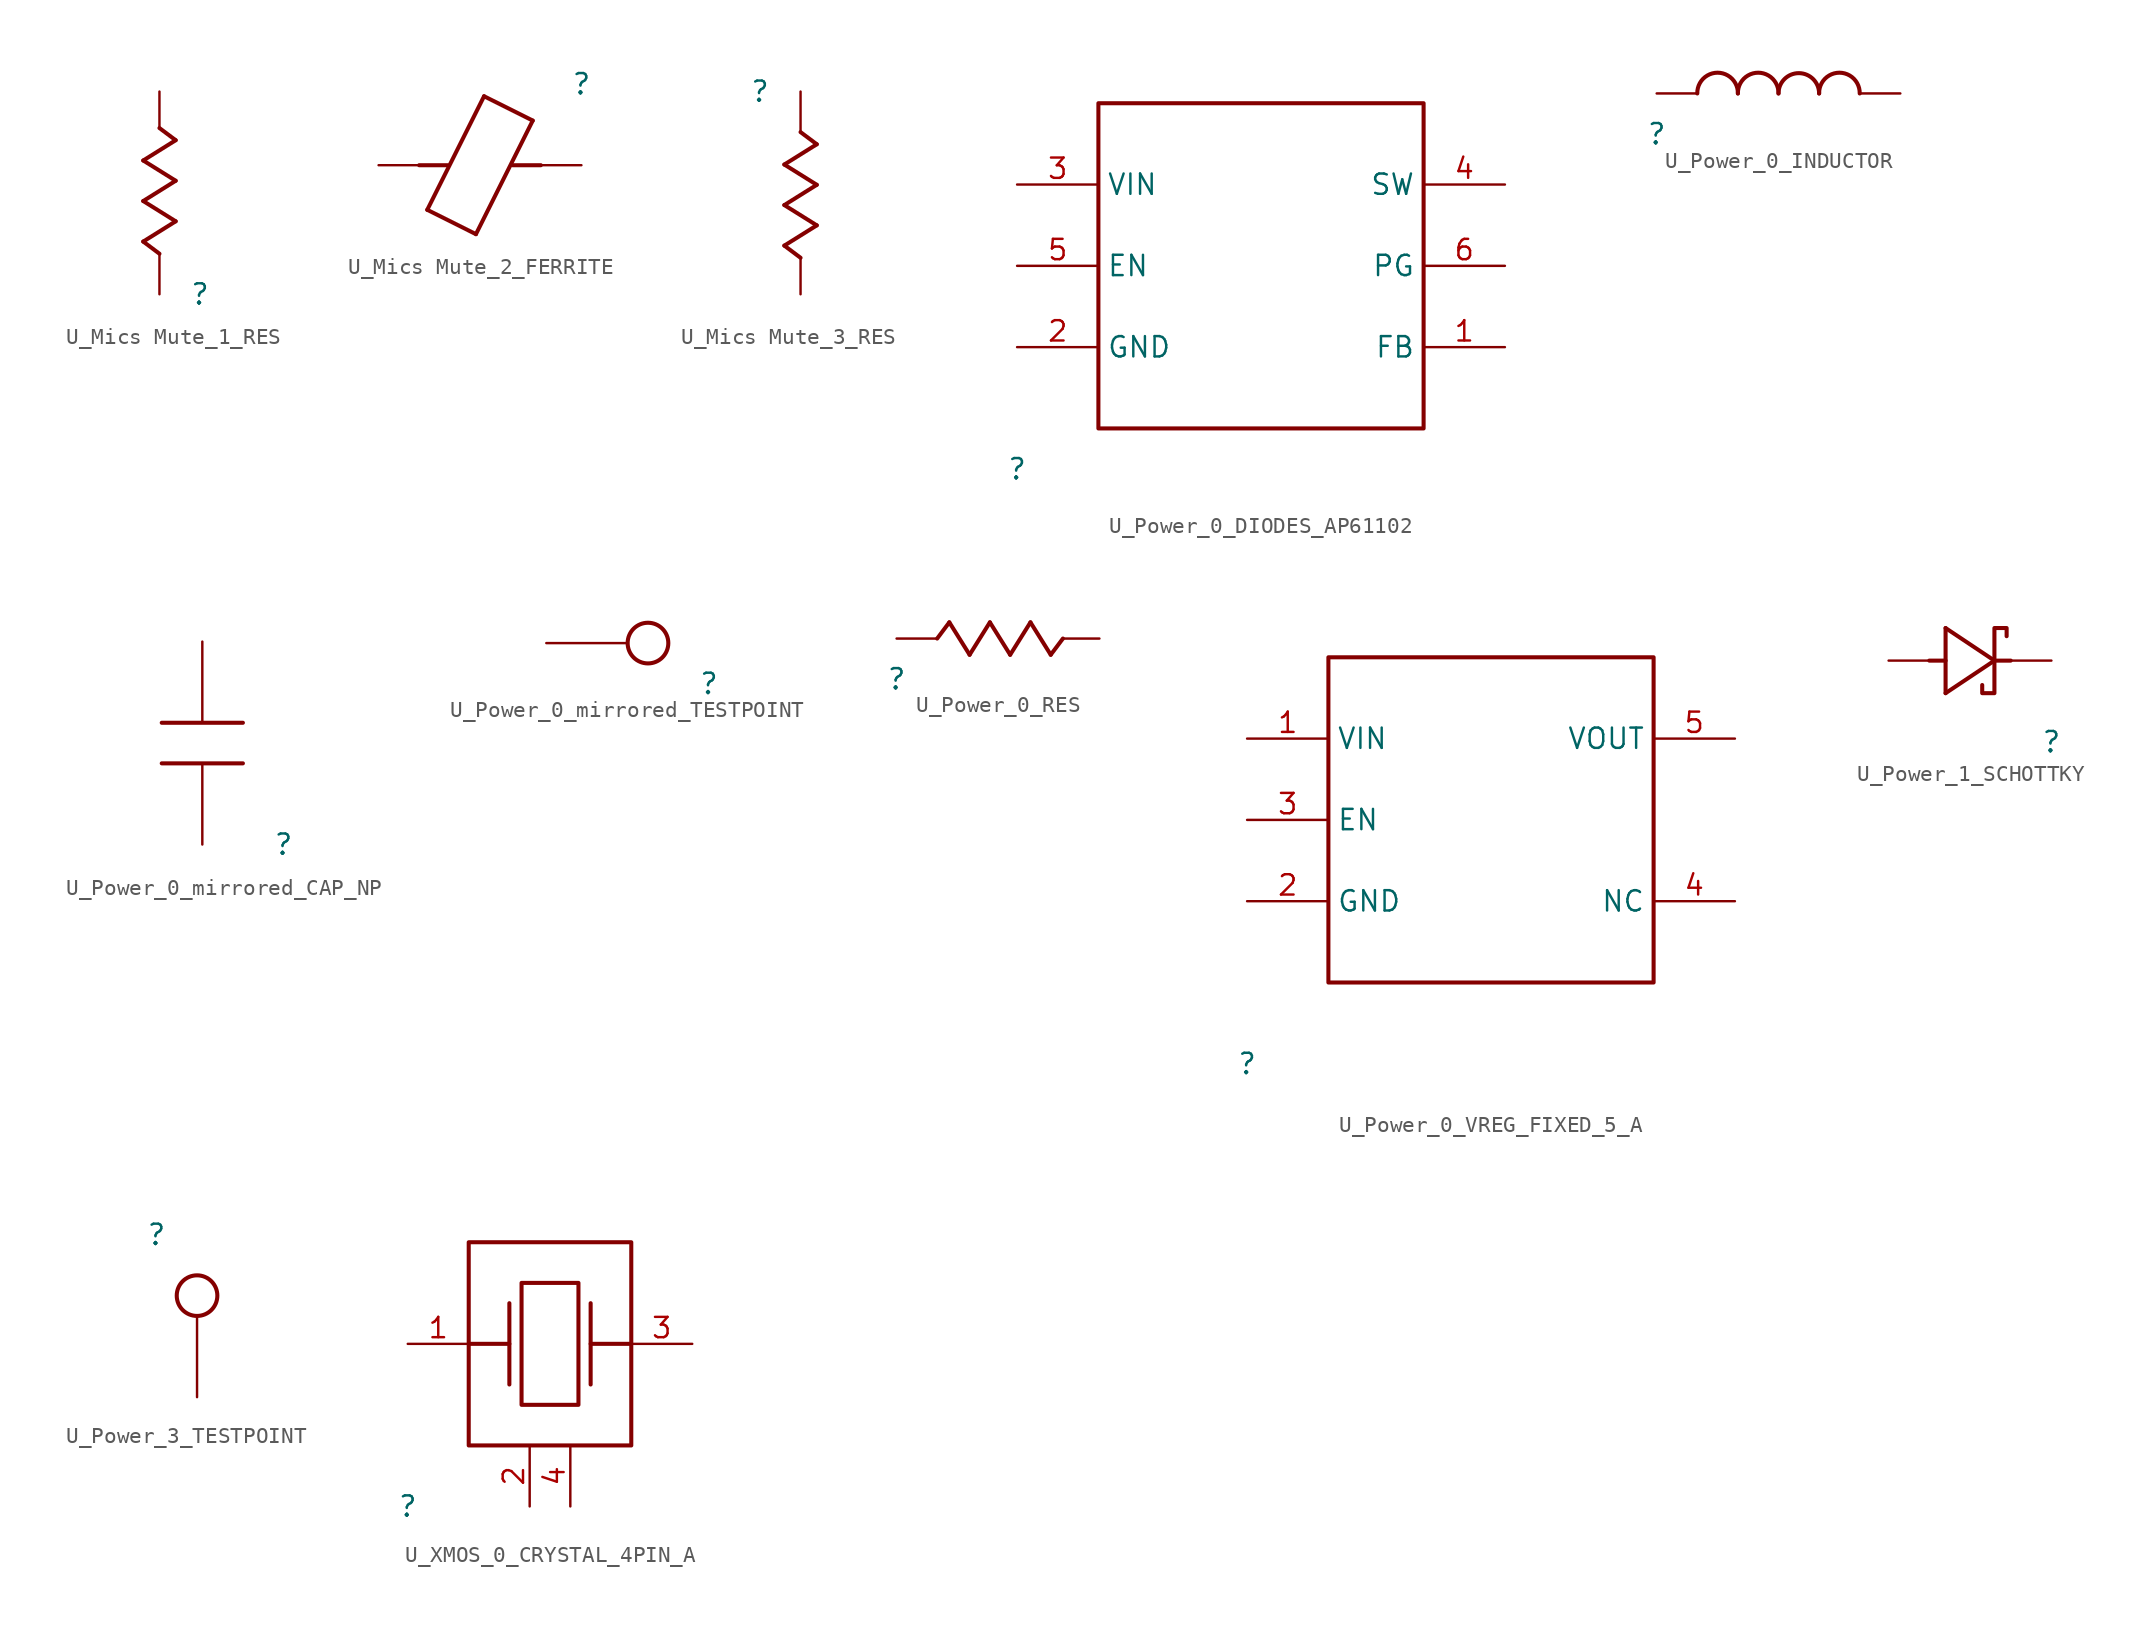
<source format=kicad_sym>
(kicad_symbol_lib
  (version 20231120)
  (generator "kicad_symbol_editor")
  (generator_version "8.0")
  (symbol "U_Mics Mute_1_RES"
    (property "Reference" ""
      (at 0 0 0)
      (effects (font (size 1.27 1.27))))
    (property "Value" ""
      (at 0 0 0)
      (effects (font (size 1.27 1.27))))
    (symbol "U_Mics Mute_1_RES_1_0"
      (polyline (pts (xy -3.556 3.302) (xy -1.524 4.572)) (stroke (width 0.254) (type solid)) (fill (type none)))
      (polyline (pts (xy -3.556 5.842) (xy -1.524 7.112)) (stroke (width 0.254) (type solid)) (fill (type none)))
      (polyline (pts (xy -3.556 8.382) (xy -1.524 9.652)) (stroke (width 0.254) (type solid)) (fill (type none)))
      (polyline (pts (xy -2.54 2.54) (xy -3.556 3.302)) (stroke (width 0.254) (type solid)) (fill (type none)))
      (polyline (pts (xy -1.524 4.572) (xy -3.556 5.842)) (stroke (width 0.254) (type solid)) (fill (type none)))
      (polyline (pts (xy -1.524 7.112) (xy -3.556 8.382)) (stroke (width 0.254) (type solid)) (fill (type none)))
      (polyline (pts (xy -1.524 9.652) (xy -2.54 10.414)) (stroke (width 0.254) (type solid)) (fill (type none)))
      (pin passive line (at -2.54 0 90) (length 2.54) (name "1" (effects (font (size 0 0)))) (number "1" (effects (font (size 0 0)))))
      (pin passive line (at -2.54 12.7 270) (length 2.286) (name "2" (effects (font (size 0 0)))) (number "2" (effects (font (size 0 0)))))))
  (symbol "U_Mics Mute_2_FERRITE"
    (property "Reference" ""
      (at 0 0 0)
      (effects (font (size 1.27 1.27))))
    (property "Value" ""
      (at 0 0 0)
      (effects (font (size 1.27 1.27))))
    (symbol "U_Mics Mute_2_FERRITE_1_0"
      (polyline (pts (xy -9.652 -7.874) (xy -6.604 -9.398)) (stroke (width 0.254) (type solid)) (fill (type none)))
      (polyline (pts (xy -8.382 -5.08) (xy -10.16 -5.08)) (stroke (width 0.254) (type solid)) (fill (type none)))
      (polyline (pts (xy -6.604 -9.398) (xy -3.048 -2.286)) (stroke (width 0.254) (type solid)) (fill (type none)))
      (polyline (pts (xy -6.096 -0.762) (xy -9.652 -7.874)) (stroke (width 0.254) (type solid)) (fill (type none)))
      (polyline (pts (xy -4.318 -5.08) (xy -2.54 -5.08)) (stroke (width 0.254) (type solid)) (fill (type none)))
      (polyline (pts (xy -3.048 -2.286) (xy -6.096 -0.762)) (stroke (width 0.254) (type solid)) (fill (type none)))
      (pin passive line (at 0 -5.08 180) (length 2.54) (name "1" (effects (font (size 0 0)))) (number "1" (effects (font (size 0 0)))))
      (pin passive line (at -12.7 -5.08 0) (length 2.54) (name "2" (effects (font (size 0 0)))) (number "2" (effects (font (size 0 0)))))))
  (symbol "U_Mics Mute_3_RES"
    (property "Reference" ""
      (at 0 0 0)
      (effects (font (size 1.27 1.27))))
    (property "Value" ""
      (at 0 0 0)
      (effects (font (size 1.27 1.27))))
    (symbol "U_Mics Mute_3_RES_1_0"
      (polyline (pts (xy 1.524 -9.652) (xy 2.54 -10.414)) (stroke (width 0.254) (type solid)) (fill (type none)))
      (polyline (pts (xy 1.524 -7.112) (xy 3.556 -8.382)) (stroke (width 0.254) (type solid)) (fill (type none)))
      (polyline (pts (xy 1.524 -4.572) (xy 3.556 -5.842)) (stroke (width 0.254) (type solid)) (fill (type none)))
      (polyline (pts (xy 2.54 -2.54) (xy 3.556 -3.302)) (stroke (width 0.254) (type solid)) (fill (type none)))
      (polyline (pts (xy 3.556 -8.382) (xy 1.524 -9.652)) (stroke (width 0.254) (type solid)) (fill (type none)))
      (polyline (pts (xy 3.556 -5.842) (xy 1.524 -7.112)) (stroke (width 0.254) (type solid)) (fill (type none)))
      (polyline (pts (xy 3.556 -3.302) (xy 1.524 -4.572)) (stroke (width 0.254) (type solid)) (fill (type none)))
      (pin passive line (at 2.54 0 270) (length 2.54) (name "1" (effects (font (size 0 0)))) (number "1" (effects (font (size 0 0)))))
      (pin passive line (at 2.54 -12.7 90) (length 2.286) (name "2" (effects (font (size 0 0)))) (number "2" (effects (font (size 0 0)))))))
  (symbol "U_Power_0_DIODES_AP61102"
    (property "Reference" ""
      (at 0 0 0)
      (effects (font (size 1.27 1.27))))
    (property "Value" ""
      (at 0 0 0)
      (effects (font (size 1.27 1.27))))
    (symbol "U_Power_0_DIODES_AP61102_1_0"
      (polyline (pts (xy 5.08 2.54) (xy 25.4 2.54) (xy 25.4 22.86) (xy 5.08 22.86) (xy 5.08 2.54)) (stroke (width 0.254) (type solid)) (fill (type none)))
      (pin passive line (at 30.48 7.62 180) (length 5.08) (name "FB" (effects (font (size 1.27 1.27)))) (number "1" (effects (font (size 1.27 1.27)))))
      (pin power_in line (at 0 7.62 0) (length 5.08) (name "GND" (effects (font (size 1.27 1.27)))) (number "2" (effects (font (size 1.27 1.27)))))
      (pin power_in line (at 0 17.78 0) (length 5.08) (name "VIN" (effects (font (size 1.27 1.27)))) (number "3" (effects (font (size 1.27 1.27)))))
      (pin passive line (at 30.48 17.78 180) (length 5.08) (name "SW" (effects (font (size 1.27 1.27)))) (number "4" (effects (font (size 1.27 1.27)))))
      (pin input line (at 0 12.7 0) (length 5.08) (name "EN" (effects (font (size 1.27 1.27)))) (number "5" (effects (font (size 1.27 1.27)))))
      (pin passive line (at 30.48 12.7 180) (length 5.08) (name "PG" (effects (font (size 1.27 1.27)))) (number "6" (effects (font (size 1.27 1.27)))))))
  (symbol "U_Power_0_INDUCTOR"
    (property "Reference" ""
      (at 0 0 0)
      (effects (font (size 1.27 1.27))))
    (property "Value" ""
      (at 0 0 0)
      (effects (font (size 1.27 1.27))))
    (symbol "U_Power_0_INDUCTOR_1_0"
      (arc (start 5.0797 2.5396) (mid 3.81 3.835) (end 2.5403 2.5396) (stroke (width 0.254) (type solid)) (fill (type none)))
      (arc (start 7.6197 2.5396) (mid 6.35 3.835) (end 5.0803 2.5396) (stroke (width 0.254) (type solid)) (fill (type none)))
      (arc (start 10.16 2.54) (mid 8.89 3.81) (end 7.62 2.54) (stroke (width 0.254) (type solid)) (fill (type none)))
      (arc (start 12.6997 2.5396) (mid 11.43 3.835) (end 10.1603 2.5396) (stroke (width 0.254) (type solid)) (fill (type none)))
      (pin passive line (at 0 2.54 0) (length 2.54) (name "1" (effects (font (size 0 0)))) (number "1" (effects (font (size 0 0)))))
      (pin passive line (at 15.24 2.54 180) (length 2.54) (name "2" (effects (font (size 0 0)))) (number "2" (effects (font (size 0 0)))))))
  (symbol "U_Power_0_mirrored_CAP_NP"
    (property "Reference" ""
      (at 0 0 0)
      (effects (font (size 1.27 1.27))))
    (property "Value" ""
      (at 0 0 0)
      (effects (font (size 1.27 1.27))))
    (symbol "U_Power_0_mirrored_CAP_NP_1_0"
      (polyline (pts (xy -7.62 5.08) (xy -2.54 5.08)) (stroke (width 0.254) (type solid)) (fill (type none)))
      (polyline (pts (xy -2.54 7.62) (xy -7.62 7.62)) (stroke (width 0.254) (type solid)) (fill (type none)))
      (pin passive line (at -5.08 12.7 270) (length 5.08) (name "1" (effects (font (size 0 0)))) (number "1" (effects (font (size 0 0)))))
      (pin passive line (at -5.08 0 90) (length 5.08) (name "2" (effects (font (size 0 0)))) (number "2" (effects (font (size 0 0)))))))
  (symbol "U_Power_0_mirrored_TESTPOINT"
    (property "Reference" ""
      (at 0 0 0)
      (effects (font (size 1.27 1.27))))
    (property "Value" ""
      (at 0 0 0)
      (effects (font (size 1.27 1.27))))
    (symbol "U_Power_0_mirrored_TESTPOINT_1_0"
      (circle (center -3.81 2.54) (radius 1.27) (stroke (width 0.254) (type solid)) (fill (type none)))
      (pin passive line (at -10.16 2.54 0) (length 5.08) (name "1" (effects (font (size 0 0)))) (number "1" (effects (font (size 0 0)))))))
  (symbol "U_Power_0_RES"
    (property "Reference" ""
      (at 0 0 0)
      (effects (font (size 1.27 1.27))))
    (property "Value" ""
      (at 0 0 0)
      (effects (font (size 1.27 1.27))))
    (symbol "U_Power_0_RES_1_0"
      (polyline (pts (xy 2.54 2.54) (xy 3.302 3.556)) (stroke (width 0.254) (type solid)) (fill (type none)))
      (polyline (pts (xy 3.302 3.556) (xy 4.572 1.524)) (stroke (width 0.254) (type solid)) (fill (type none)))
      (polyline (pts (xy 4.572 1.524) (xy 5.842 3.556)) (stroke (width 0.254) (type solid)) (fill (type none)))
      (polyline (pts (xy 5.842 3.556) (xy 7.112 1.524)) (stroke (width 0.254) (type solid)) (fill (type none)))
      (polyline (pts (xy 7.112 1.524) (xy 8.382 3.556)) (stroke (width 0.254) (type solid)) (fill (type none)))
      (polyline (pts (xy 8.382 3.556) (xy 9.652 1.524)) (stroke (width 0.254) (type solid)) (fill (type none)))
      (polyline (pts (xy 9.652 1.524) (xy 10.414 2.54)) (stroke (width 0.254) (type solid)) (fill (type none)))
      (pin passive line (at 0 2.54 0) (length 2.54) (name "1" (effects (font (size 0 0)))) (number "1" (effects (font (size 0 0)))))
      (pin passive line (at 12.7 2.54 180) (length 2.286) (name "2" (effects (font (size 0 0)))) (number "2" (effects (font (size 0 0)))))))
  (symbol "U_Power_0_VREG_FIXED_5_A"
    (property "Reference" ""
      (at 0 0 0)
      (effects (font (size 1.27 1.27))))
    (property "Value" ""
      (at 0 0 0)
      (effects (font (size 1.27 1.27))))
    (symbol "U_Power_0_VREG_FIXED_5_A_1_0"
      (polyline (pts (xy 5.08 5.08) (xy 25.4 5.08) (xy 25.4 25.4) (xy 5.08 25.4) (xy 5.08 5.08)) (stroke (width 0.254) (type solid)) (fill (type none)))
      (pin power_in line (at 0 20.32 0) (length 5.08) (name "VIN" (effects (font (size 1.27 1.27)))) (number "1" (effects (font (size 1.27 1.27)))))
      (pin power_in line (at 0 10.16 0) (length 5.08) (name "GND" (effects (font (size 1.27 1.27)))) (number "2" (effects (font (size 1.27 1.27)))))
      (pin input line (at 0 15.24 0) (length 5.08) (name "EN" (effects (font (size 1.27 1.27)))) (number "3" (effects (font (size 1.27 1.27)))))
      (pin passive line (at 30.48 10.16 180) (length 5.08) (name "NC" (effects (font (size 1.27 1.27)))) (number "4" (effects (font (size 1.27 1.27)))))
      (pin power_in line (at 30.48 20.32 180) (length 5.08) (name "VOUT" (effects (font (size 1.27 1.27)))) (number "5" (effects (font (size 1.27 1.27)))))))
  (symbol "U_Power_1_SCHOTTKY"
    (property "Reference" ""
      (at 0 0 0)
      (effects (font (size 1.27 1.27))))
    (property "Value" ""
      (at 0 0 0)
      (effects (font (size 1.27 1.27))))
    (symbol "U_Power_1_SCHOTTKY_1_0"
      (polyline (pts (xy -7.62 5.08) (xy -6.604 5.08)) (stroke (width 0.254) (type solid)) (fill (type none)))
      (polyline (pts (xy -6.604 3.048) (xy -3.556 5.08)) (stroke (width 0.254) (type solid)) (fill (type none)))
      (polyline (pts (xy -6.604 7.112) (xy -6.604 3.048)) (stroke (width 0.254) (type solid)) (fill (type none)))
      (polyline (pts (xy -3.556 5.08) (xy -6.604 7.112)) (stroke (width 0.254) (type solid)) (fill (type none)))
      (polyline (pts (xy -3.556 5.08) (xy -2.54 5.08)) (stroke (width 0.254) (type solid)) (fill (type none)))
      (polyline (pts (xy -4.318 3.556) (xy -4.318 3.048) (xy -3.556 3.048) (xy -3.556 7.112) (xy -2.794 7.112) (xy -2.794 6.604)) (stroke (width 0.254) (type solid)) (fill (type none)))
      (pin passive line (at 0 5.08 180) (length 2.54) (name "K" (effects (font (size 0 0)))) (number "1" (effects (font (size 0 0)))))
      (pin passive line (at -10.16 5.08 0) (length 2.54) (name "A" (effects (font (size 0 0)))) (number "2" (effects (font (size 0 0)))))))
  (symbol "U_Power_3_TESTPOINT"
    (property "Reference" ""
      (at 0 0 0)
      (effects (font (size 1.27 1.27))))
    (property "Value" ""
      (at 0 0 0)
      (effects (font (size 1.27 1.27))))
    (symbol "U_Power_3_TESTPOINT_1_0"
      (circle (center 2.54 -3.81) (radius 1.27) (stroke (width 0.254) (type solid)) (fill (type none)))
      (pin passive line (at 2.54 -10.16 90) (length 5.08) (name "1" (effects (font (size 0 0)))) (number "1" (effects (font (size 0 0)))))))
  (symbol "U_XMOS_0_CRYSTAL_4PIN_A"
    (property "Reference" ""
      (at 0 0 0)
      (effects (font (size 1.27 1.27))))
    (property "Value" ""
      (at 0 0 0)
      (effects (font (size 1.27 1.27))))
    (symbol "U_XMOS_0_CRYSTAL_4PIN_A_1_0"
      (polyline (pts (xy 6.35 7.62) (xy 6.35 12.7)) (stroke (width 0.254) (type solid)) (fill (type none)))
      (polyline (pts (xy 6.35 10.16) (xy 3.81 10.16)) (stroke (width 0.254) (type solid)) (fill (type none)))
      (polyline (pts (xy 11.43 7.62) (xy 11.43 12.7)) (stroke (width 0.254) (type solid)) (fill (type none)))
      (polyline (pts (xy 11.43 10.16) (xy 13.97 10.16)) (stroke (width 0.254) (type solid)) (fill (type none)))
      (polyline (pts (xy 3.81 3.81) (xy 13.97 3.81) (xy 13.97 16.51) (xy 3.81 16.51) (xy 3.81 3.81)) (stroke (width 0.254) (type solid)) (fill (type none)))
      (polyline (pts (xy 7.112 6.35) (xy 10.668 6.35) (xy 10.668 13.97) (xy 7.112 13.97) (xy 7.112 6.35)) (stroke (width 0.254) (type solid)) (fill (type none)))
      (pin passive line (at 0 10.16 0) (length 3.81) (name "A" (effects (font (size 0 0)))) (number "1" (effects (font (size 1.27 1.27)))))
      (pin passive line (at 7.62 0 90) (length 3.81) (name "CASE_2" (effects (font (size 0 0)))) (number "2" (effects (font (size 1.27 1.27)))))
      (pin passive line (at 17.78 10.16 180) (length 3.81) (name "B" (effects (font (size 0 0)))) (number "3" (effects (font (size 1.27 1.27)))))
      (pin passive line (at 10.16 0 90) (length 3.81) (name "CASE_4" (effects (font (size 0 0)))) (number "4" (effects (font (size 1.27 1.27))))))))
</source>
